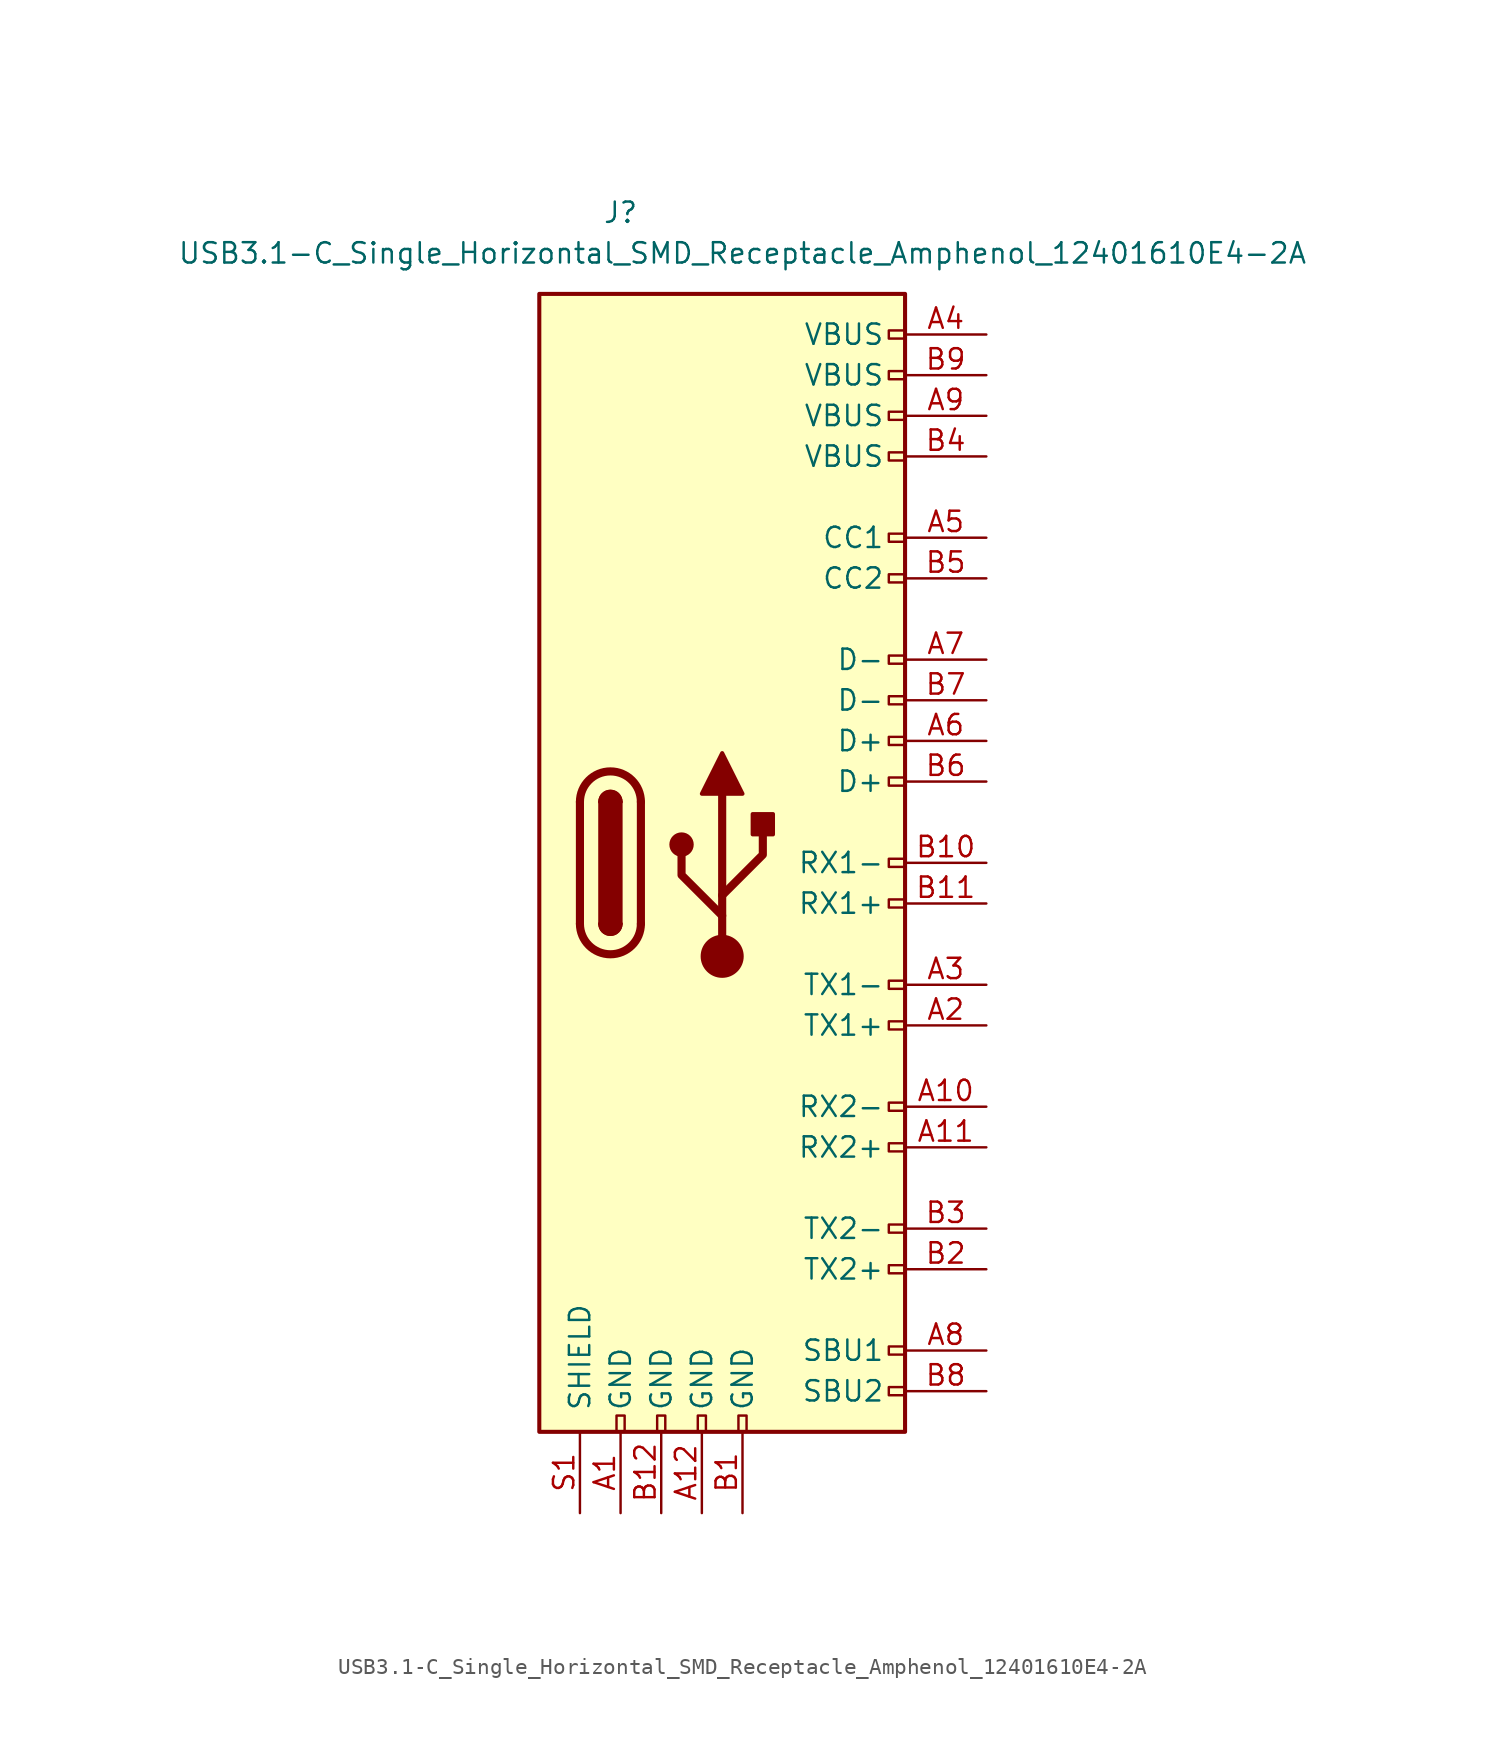
<source format=kicad_sym>
(kicad_symbol_lib
  (version 20241209)
  (generator "kicad_symbol_editor")
  (generator_version "9.0")
  (symbol "USB3.1-C_Single_Horizontal_SMD_Receptacle_Amphenol_12401610E4-2A"
    (pin_names
      (offset 1.27))
    (property "Reference" "J"
      (at -6.35 40.64 0)
      (effects (font (size 1.27 1.27))))
    (property "Value" "USB3.1-C_Single_Horizontal_SMD_Receptacle_Amphenol_12401610E4-2A"
      (at 1.27 38.1 0)
      (effects (font (size 1.27 1.27))))
    (symbol "USB3.1-C_Single_Horizontal_SMD_Receptacle_Amphenol_12401610E4-2A_1_1"
      (rectangle (start -11.43 35.56) (end 11.43 -35.56) (stroke (width 0.254) (type default)) (fill (type background)))
      (polyline (pts (xy -8.89 -3.81) (xy -8.89 3.81)) (stroke (width 0.508) (type default)) (fill (type none)))
      (rectangle (start -7.62 -3.81) (end -6.35 3.81) (stroke (width 0.254) (type default)) (fill (type outline)))
      (arc (start -7.62 3.81) (mid -6.985 4.4423) (end -6.35 3.81) (stroke (width 0.254) (type default)) (fill (type none)))
      (arc (start -7.62 3.81) (mid -6.985 4.4423) (end -6.35 3.81) (stroke (width 0.254) (type default)) (fill (type outline)))
      (arc (start -8.89 3.81) (mid -6.985 5.7067) (end -5.08 3.81) (stroke (width 0.508) (type default)) (fill (type none)))
      (arc (start -5.08 -3.81) (mid -6.985 -5.7067) (end -8.89 -3.81) (stroke (width 0.508) (type default)) (fill (type none)))
      (arc (start -6.35 -3.81) (mid -6.985 -4.4423) (end -7.62 -3.81) (stroke (width 0.254) (type default)) (fill (type none)))
      (arc (start -6.35 -3.81) (mid -6.985 -4.4423) (end -7.62 -3.81) (stroke (width 0.254) (type default)) (fill (type outline)))
      (rectangle (start -6.604 -35.56) (end -6.096 -34.544) (stroke (width 0) (type default)) (fill (type none)))
      (polyline (pts (xy -5.08 3.81) (xy -5.08 -3.81)) (stroke (width 0.508) (type default)) (fill (type none)))
      (rectangle (start -4.064 -35.56) (end -3.556 -34.544) (stroke (width 0) (type default)) (fill (type none)))
      (circle (center -2.54 1.143) (radius 0.635) (stroke (width 0.254) (type default)) (fill (type outline)))
      (rectangle (start -1.524 -35.56) (end -1.016 -34.544) (stroke (width 0) (type default)) (fill (type none)))
      (polyline (pts (xy -1.27 4.318) (xy 0 6.858) (xy 1.27 4.318) (xy -1.27 4.318)) (stroke (width 0.254) (type default)) (fill (type outline)))
      (polyline (pts (xy 0 -2.032) (xy 2.54 0.508) (xy 2.54 1.778)) (stroke (width 0.508) (type default)) (fill (type none)))
      (polyline (pts (xy 0 -3.302) (xy -2.54 -0.762) (xy -2.54 0.508)) (stroke (width 0.508) (type default)) (fill (type none)))
      (polyline (pts (xy 0 -5.842) (xy 0 4.318)) (stroke (width 0.508) (type default)) (fill (type none)))
      (circle (center 0 -5.842) (radius 1.27) (stroke (width 0) (type default)) (fill (type outline)))
      (rectangle (start 1.016 -35.56) (end 1.524 -34.544) (stroke (width 0) (type default)) (fill (type none)))
      (rectangle (start 1.905 1.778) (end 3.175 3.048) (stroke (width 0.254) (type default)) (fill (type outline)))
      (rectangle (start 11.43 33.274) (end 10.414 32.766) (stroke (width 0) (type default)) (fill (type none)))
      (rectangle (start 11.43 30.226) (end 10.414 30.734) (stroke (width 0) (type default)) (fill (type none)))
      (rectangle (start 11.43 27.686) (end 10.414 28.194) (stroke (width 0) (type default)) (fill (type none)))
      (rectangle (start 11.43 25.146) (end 10.414 25.654) (stroke (width 0) (type default)) (fill (type none)))
      (rectangle (start 11.43 20.574) (end 10.414 20.066) (stroke (width 0) (type default)) (fill (type none)))
      (rectangle (start 11.43 18.034) (end 10.414 17.526) (stroke (width 0) (type default)) (fill (type none)))
      (rectangle (start 11.43 12.954) (end 10.414 12.446) (stroke (width 0) (type default)) (fill (type none)))
      (rectangle (start 11.43 10.414) (end 10.414 9.906) (stroke (width 0) (type default)) (fill (type none)))
      (rectangle (start 11.43 7.874) (end 10.414 7.366) (stroke (width 0) (type default)) (fill (type none)))
      (rectangle (start 11.43 5.334) (end 10.414 4.826) (stroke (width 0) (type default)) (fill (type none)))
      (rectangle (start 11.43 0.254) (end 10.414 -0.254) (stroke (width 0) (type default)) (fill (type none)))
      (rectangle (start 11.43 -2.286) (end 10.414 -2.794) (stroke (width 0) (type default)) (fill (type none)))
      (rectangle (start 11.43 -7.366) (end 10.414 -7.874) (stroke (width 0) (type default)) (fill (type none)))
      (rectangle (start 11.43 -9.906) (end 10.414 -10.414) (stroke (width 0) (type default)) (fill (type none)))
      (rectangle (start 11.43 -14.986) (end 10.414 -15.494) (stroke (width 0) (type default)) (fill (type none)))
      (rectangle (start 11.43 -17.526) (end 10.414 -18.034) (stroke (width 0) (type default)) (fill (type none)))
      (rectangle (start 11.43 -22.606) (end 10.414 -23.114) (stroke (width 0) (type default)) (fill (type none)))
      (rectangle (start 11.43 -25.146) (end 10.414 -25.654) (stroke (width 0) (type default)) (fill (type none)))
      (rectangle (start 11.43 -30.226) (end 10.414 -30.734) (stroke (width 0) (type default)) (fill (type none)))
      (rectangle (start 11.43 -32.766) (end 10.414 -33.274) (stroke (width 0) (type default)) (fill (type none)))
      (pin passive line (at -8.89 -40.64 90) (length 5.08) (name "SHIELD" (effects (font (size 1.27 1.27)))) (number "S1" (effects (font (size 1.27 1.27)))))
      (pin power_in line (at -6.35 -40.64 90) (length 5.08) (name "GND" (effects (font (size 1.27 1.27)))) (number "A1" (effects (font (size 1.27 1.27)))))
      (pin passive line (at -3.81 -40.64 90) (length 5.08) (name "GND" (effects (font (size 1.27 1.27)))) (number "B12" (effects (font (size 1.27 1.27)))))
      (pin passive line (at -1.27 -40.64 90) (length 5.08) (name "GND" (effects (font (size 1.27 1.27)))) (number "A12" (effects (font (size 1.27 1.27)))))
      (pin passive line (at 1.27 -40.64 90) (length 5.08) (name "GND" (effects (font (size 1.27 1.27)))) (number "B1" (effects (font (size 1.27 1.27)))))
      (pin power_out line (at 16.51 33.02 180) (length 5.08) (name "VBUS" (effects (font (size 1.27 1.27)))) (number "A4" (effects (font (size 1.27 1.27)))))
      (pin passive line (at 16.51 30.48 180) (length 5.08) (name "VBUS" (effects (font (size 1.27 1.27)))) (number "B9" (effects (font (size 1.27 1.27)))))
      (pin passive line (at 16.51 27.94 180) (length 5.08) (name "VBUS" (effects (font (size 1.27 1.27)))) (number "A9" (effects (font (size 1.27 1.27)))))
      (pin passive line (at 16.51 25.4 180) (length 5.08) (name "VBUS" (effects (font (size 1.27 1.27)))) (number "B4" (effects (font (size 1.27 1.27)))))
      (pin bidirectional line (at 16.51 20.32 180) (length 5.08) (name "CC1" (effects (font (size 1.27 1.27)))) (number "A5" (effects (font (size 1.27 1.27)))))
      (pin bidirectional line (at 16.51 17.78 180) (length 5.08) (name "CC2" (effects (font (size 1.27 1.27)))) (number "B5" (effects (font (size 1.27 1.27)))))
      (pin bidirectional line (at 16.51 12.7 180) (length 5.08) (name "D-" (effects (font (size 1.27 1.27)))) (number "A7" (effects (font (size 1.27 1.27)))))
      (pin bidirectional line (at 16.51 10.16 180) (length 5.08) (name "D-" (effects (font (size 1.27 1.27)))) (number "B7" (effects (font (size 1.27 1.27)))))
      (pin bidirectional line (at 16.51 7.62 180) (length 5.08) (name "D+" (effects (font (size 1.27 1.27)))) (number "A6" (effects (font (size 1.27 1.27)))))
      (pin bidirectional line (at 16.51 5.08 180) (length 5.08) (name "D+" (effects (font (size 1.27 1.27)))) (number "B6" (effects (font (size 1.27 1.27)))))
      (pin bidirectional line (at 16.51 0 180) (length 5.08) (name "RX1-" (effects (font (size 1.27 1.27)))) (number "B10" (effects (font (size 1.27 1.27)))))
      (pin bidirectional line (at 16.51 -2.54 180) (length 5.08) (name "RX1+" (effects (font (size 1.27 1.27)))) (number "B11" (effects (font (size 1.27 1.27)))))
      (pin bidirectional line (at 16.51 -7.62 180) (length 5.08) (name "TX1-" (effects (font (size 1.27 1.27)))) (number "A3" (effects (font (size 1.27 1.27)))))
      (pin bidirectional line (at 16.51 -10.16 180) (length 5.08) (name "TX1+" (effects (font (size 1.27 1.27)))) (number "A2" (effects (font (size 1.27 1.27)))))
      (pin bidirectional line (at 16.51 -15.24 180) (length 5.08) (name "RX2-" (effects (font (size 1.27 1.27)))) (number "A10" (effects (font (size 1.27 1.27)))))
      (pin bidirectional line (at 16.51 -17.78 180) (length 5.08) (name "RX2+" (effects (font (size 1.27 1.27)))) (number "A11" (effects (font (size 1.27 1.27)))))
      (pin bidirectional line (at 16.51 -22.86 180) (length 5.08) (name "TX2-" (effects (font (size 1.27 1.27)))) (number "B3" (effects (font (size 1.27 1.27)))))
      (pin bidirectional line (at 16.51 -25.4 180) (length 5.08) (name "TX2+" (effects (font (size 1.27 1.27)))) (number "B2" (effects (font (size 1.27 1.27)))))
      (pin bidirectional line (at 16.51 -30.48 180) (length 5.08) (name "SBU1" (effects (font (size 1.27 1.27)))) (number "A8" (effects (font (size 1.27 1.27)))))
      (pin bidirectional line (at 16.51 -33.02 180) (length 5.08) (name "SBU2" (effects (font (size 1.27 1.27)))) (number "B8" (effects (font (size 1.27 1.27))))))))
</source>
